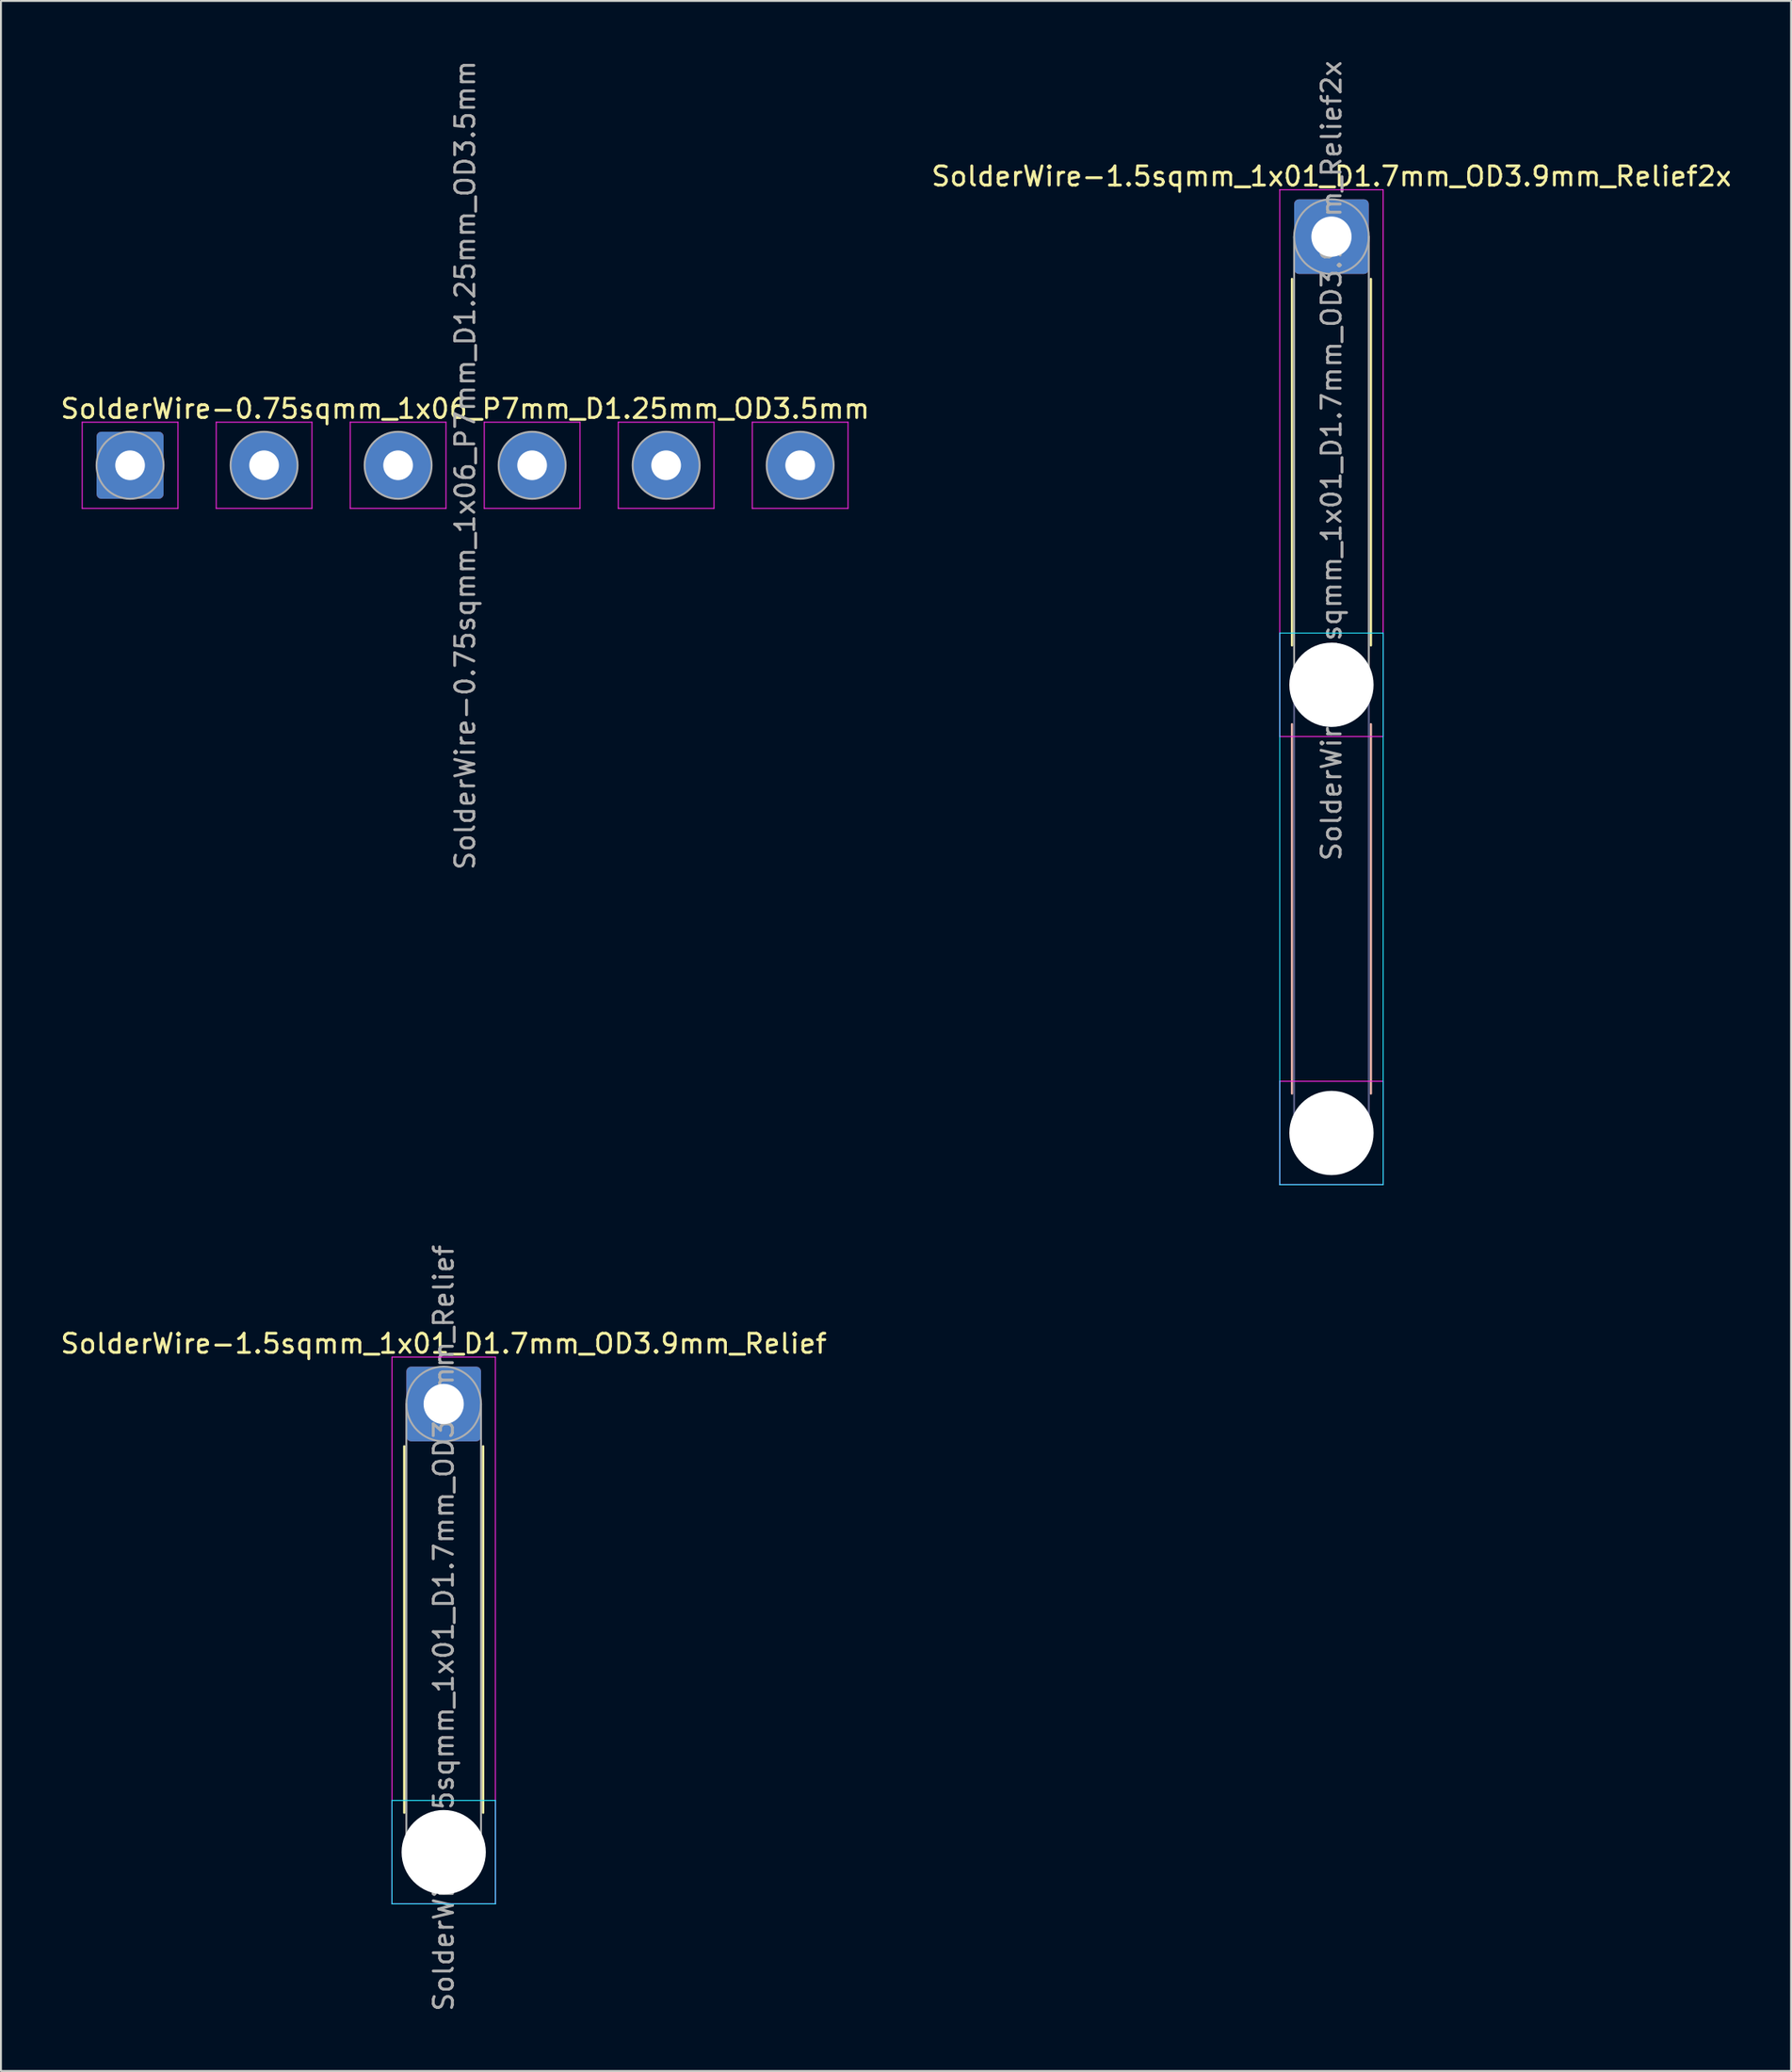
<source format=kicad_pcb>
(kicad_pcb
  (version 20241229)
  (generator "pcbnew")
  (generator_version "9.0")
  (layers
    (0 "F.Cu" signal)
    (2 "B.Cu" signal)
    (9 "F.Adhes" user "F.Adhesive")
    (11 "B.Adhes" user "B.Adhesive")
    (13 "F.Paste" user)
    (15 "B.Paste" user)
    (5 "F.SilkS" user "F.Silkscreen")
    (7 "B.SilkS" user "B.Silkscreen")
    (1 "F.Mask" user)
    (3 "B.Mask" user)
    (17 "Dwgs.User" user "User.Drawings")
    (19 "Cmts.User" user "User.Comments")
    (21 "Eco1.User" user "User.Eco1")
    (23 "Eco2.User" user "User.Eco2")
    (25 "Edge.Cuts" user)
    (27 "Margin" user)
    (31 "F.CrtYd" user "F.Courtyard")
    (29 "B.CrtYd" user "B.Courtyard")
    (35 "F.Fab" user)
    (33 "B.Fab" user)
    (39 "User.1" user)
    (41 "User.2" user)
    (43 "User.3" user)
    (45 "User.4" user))
  (footprint "SolderWire-0.75sqmm_1x06_P7mm_D1.25mm_OD3.5mm"
    (layer "F.Cu")
    (at 3.744 21.244)
    (property "Reference" "SolderWire-0.75sqmm_1x06_P7mm_D1.25mm_OD3.5mm" (at 17.5 -2.95 0) (layer "F.SilkS") (effects (font (size 1 1) (thickness 0.15))))
    (attr exclude_from_pos_files exclude_from_bom)
    (fp_line (start -2.5 -2.25) (end -2.5 2.25) (stroke (width 0.05) (type solid)) (layer "F.CrtYd"))
    (fp_line (start -2.5 2.25) (end 2.5 2.25) (stroke (width 0.05) (type solid)) (layer "F.CrtYd"))
    (fp_line (start 2.5 -2.25) (end -2.5 -2.25) (stroke (width 0.05) (type solid)) (layer "F.CrtYd"))
    (fp_line (start 2.5 2.25) (end 2.5 -2.25) (stroke (width 0.05) (type solid)) (layer "F.CrtYd"))
    (fp_line (start 4.5 -2.25) (end 4.5 2.25) (stroke (width 0.05) (type solid)) (layer "F.CrtYd"))
    (fp_line (start 4.5 2.25) (end 9.5 2.25) (stroke (width 0.05) (type solid)) (layer "F.CrtYd"))
    (fp_line (start 9.5 -2.25) (end 4.5 -2.25) (stroke (width 0.05) (type solid)) (layer "F.CrtYd"))
    (fp_line (start 9.5 2.25) (end 9.5 -2.25) (stroke (width 0.05) (type solid)) (layer "F.CrtYd"))
    (fp_line (start 11.5 -2.25) (end 11.5 2.25) (stroke (width 0.05) (type solid)) (layer "F.CrtYd"))
    (fp_line (start 11.5 2.25) (end 16.5 2.25) (stroke (width 0.05) (type solid)) (layer "F.CrtYd"))
    (fp_line (start 16.5 -2.25) (end 11.5 -2.25) (stroke (width 0.05) (type solid)) (layer "F.CrtYd"))
    (fp_line (start 16.5 2.25) (end 16.5 -2.25) (stroke (width 0.05) (type solid)) (layer "F.CrtYd"))
    (fp_line (start 18.5 -2.25) (end 18.5 2.25) (stroke (width 0.05) (type solid)) (layer "F.CrtYd"))
    (fp_line (start 18.5 2.25) (end 23.5 2.25) (stroke (width 0.05) (type solid)) (layer "F.CrtYd"))
    (fp_line (start 23.5 -2.25) (end 18.5 -2.25) (stroke (width 0.05) (type solid)) (layer "F.CrtYd"))
    (fp_line (start 23.5 2.25) (end 23.5 -2.25) (stroke (width 0.05) (type solid)) (layer "F.CrtYd"))
    (fp_line (start 25.5 -2.25) (end 25.5 2.25) (stroke (width 0.05) (type solid)) (layer "F.CrtYd"))
    (fp_line (start 25.5 2.25) (end 30.5 2.25) (stroke (width 0.05) (type solid)) (layer "F.CrtYd"))
    (fp_line (start 30.5 -2.25) (end 25.5 -2.25) (stroke (width 0.05) (type solid)) (layer "F.CrtYd"))
    (fp_line (start 30.5 2.25) (end 30.5 -2.25) (stroke (width 0.05) (type solid)) (layer "F.CrtYd"))
    (fp_line (start 32.5 -2.25) (end 32.5 2.25) (stroke (width 0.05) (type solid)) (layer "F.CrtYd"))
    (fp_line (start 32.5 2.25) (end 37.5 2.25) (stroke (width 0.05) (type solid)) (layer "F.CrtYd"))
    (fp_line (start 37.5 -2.25) (end 32.5 -2.25) (stroke (width 0.05) (type solid)) (layer "F.CrtYd"))
    (fp_line (start 37.5 2.25) (end 37.5 -2.25) (stroke (width 0.05) (type solid)) (layer "F.CrtYd"))
    (fp_circle (center 0 0) (end 1.75 0) (stroke (width 0.1) (type solid)) (fill no) (layer "F.Fab"))
    (fp_circle (center 7 0) (end 8.75 0) (stroke (width 0.1) (type solid)) (fill no) (layer "F.Fab"))
    (fp_circle (center 14 0) (end 15.75 0) (stroke (width 0.1) (type solid)) (fill no) (layer "F.Fab"))
    (fp_circle (center 21 0) (end 22.75 0) (stroke (width 0.1) (type solid)) (fill no) (layer "F.Fab"))
    (fp_circle (center 28 0) (end 29.75 0) (stroke (width 0.1) (type solid)) (fill no) (layer "F.Fab"))
    (fp_circle (center 35 0) (end 36.75 0) (stroke (width 0.1) (type solid)) (fill no) (layer "F.Fab"))
    (fp_text user "${REFERENCE}" (at 17.5 0 90) (layer "F.Fab") (effects (font (size 1 1) (thickness 0.15))))
    (pad "1" thru_hole roundrect (at 0 0) (size 3.5 3.5) (drill 1.55) (layers "*.Cu" "*.Mask") (roundrect_rratio 0.071))
    (pad "2" thru_hole circle (at 7 0) (size 3.5 3.5) (drill 1.55) (layers "*.Cu" "*.Mask"))
    (pad "3" thru_hole circle (at 14 0) (size 3.5 3.5) (drill 1.55) (layers "*.Cu" "*.Mask"))
    (pad "4" thru_hole circle (at 21 0) (size 3.5 3.5) (drill 1.55) (layers "*.Cu" "*.Mask"))
    (pad "5" thru_hole circle (at 28 0) (size 3.5 3.5) (drill 1.55) (layers "*.Cu" "*.Mask"))
    (pad "6" thru_hole circle (at 35 0) (size 3.5 3.5) (drill 1.55) (layers "*.Cu" "*.Mask")))
  (footprint "SolderWire-1.5sqmm_1x01_D1.7mm_OD3.9mm_Relief"
    (layer "F.Cu")
    (at 20.125 70.256)
    (property "Reference" "SolderWire-1.5sqmm_1x01_D1.7mm_OD3.9mm_Relief" (at 0 -3.15 0) (layer "F.SilkS") (effects (font (size 1 1) (thickness 0.15))))
    (attr exclude_from_pos_files exclude_from_bom)
    (fp_line (start -2.06 2.21) (end -2.06 21.34) (stroke (width 0.12) (type solid)) (layer "F.SilkS"))
    (fp_line (start 2.06 2.21) (end 2.06 21.34) (stroke (width 0.12) (type solid)) (layer "F.SilkS"))
    (fp_line (start -2.7 20.7) (end -2.7 26.1) (stroke (width 0.05) (type solid)) (layer "B.CrtYd"))
    (fp_line (start -2.7 26.1) (end 2.7 26.1) (stroke (width 0.05) (type solid)) (layer "B.CrtYd"))
    (fp_line (start 2.7 20.7) (end -2.7 20.7) (stroke (width 0.05) (type solid)) (layer "B.CrtYd"))
    (fp_line (start 2.7 26.1) (end 2.7 20.7) (stroke (width 0.05) (type solid)) (layer "B.CrtYd"))
    (fp_line (start -2.7 -2.45) (end -2.7 26.1) (stroke (width 0.05) (type solid)) (layer "F.CrtYd"))
    (fp_line (start -2.7 26.1) (end 2.7 26.1) (stroke (width 0.05) (type solid)) (layer "F.CrtYd"))
    (fp_line (start 2.7 -2.45) (end -2.7 -2.45) (stroke (width 0.05) (type solid)) (layer "F.CrtYd"))
    (fp_line (start 2.7 26.1) (end 2.7 -2.45) (stroke (width 0.05) (type solid)) (layer "F.CrtYd"))
    (fp_line (start -1.95 0) (end -1.95 23.4) (stroke (width 0.1) (type solid)) (layer "F.Fab"))
    (fp_line (start 1.95 0) (end 1.95 23.4) (stroke (width 0.1) (type solid)) (layer "F.Fab"))
    (fp_circle (center 0 0) (end 1.95 0) (stroke (width 0.1) (type solid)) (fill no) (layer "F.Fab"))
    (fp_circle (center 0 23.4) (end 1.95 23.4) (stroke (width 0.1) (type solid)) (fill no) (layer "F.Fab"))
    (fp_text user "${REFERENCE}" (at 0 11.7 90) (layer "F.Fab") (effects (font (size 1 1) (thickness 0.15))))
    (pad "" np_thru_hole circle (at 0 23.4) (size 4.4 4.4) (drill 4.4) (layers "*.Cu" "*.Mask"))
    (pad "1" thru_hole roundrect (at 0 0) (size 3.9 3.9) (drill 2.1) (layers "*.Cu" "*.Mask") (roundrect_rratio 0.064)))
  (footprint "SolderWire-1.5sqmm_1x01_D1.7mm_OD3.9mm_Relief2x"
    (layer "F.Cu")
    (at 66.494 9.306)
    (property "Reference" "SolderWire-1.5sqmm_1x01_D1.7mm_OD3.9mm_Relief2x" (at 0 -3.15 0) (layer "F.SilkS") (effects (font (size 1 1) (thickness 0.15))))
    (attr exclude_from_pos_files exclude_from_bom)
    (fp_line (start -2.06 2.21) (end -2.06 21.34) (stroke (width 0.12) (type solid)) (layer "F.SilkS"))
    (fp_line (start 2.06 2.21) (end 2.06 21.34) (stroke (width 0.12) (type solid)) (layer "F.SilkS"))
    (fp_line (start -2.06 25.46) (end -2.06 44.74) (stroke (width 0.12) (type solid)) (layer "B.SilkS"))
    (fp_line (start 2.06 25.46) (end 2.06 44.74) (stroke (width 0.12) (type solid)) (layer "B.SilkS"))
    (fp_line (start -2.7 20.7) (end -2.7 49.5) (stroke (width 0.05) (type solid)) (layer "B.CrtYd"))
    (fp_line (start -2.7 49.5) (end 2.7 49.5) (stroke (width 0.05) (type solid)) (layer "B.CrtYd"))
    (fp_line (start 2.7 20.7) (end -2.7 20.7) (stroke (width 0.05) (type solid)) (layer "B.CrtYd"))
    (fp_line (start 2.7 49.5) (end 2.7 20.7) (stroke (width 0.05) (type solid)) (layer "B.CrtYd"))
    (fp_line (start -2.7 -2.45) (end -2.7 26.1) (stroke (width 0.05) (type solid)) (layer "F.CrtYd"))
    (fp_line (start -2.7 26.1) (end 2.7 26.1) (stroke (width 0.05) (type solid)) (layer "F.CrtYd"))
    (fp_line (start -2.7 44.1) (end -2.7 49.5) (stroke (width 0.05) (type solid)) (layer "F.CrtYd"))
    (fp_line (start -2.7 49.5) (end 2.7 49.5) (stroke (width 0.05) (type solid)) (layer "F.CrtYd"))
    (fp_line (start 2.7 -2.45) (end -2.7 -2.45) (stroke (width 0.05) (type solid)) (layer "F.CrtYd"))
    (fp_line (start 2.7 26.1) (end 2.7 -2.45) (stroke (width 0.05) (type solid)) (layer "F.CrtYd"))
    (fp_line (start 2.7 44.1) (end -2.7 44.1) (stroke (width 0.05) (type solid)) (layer "F.CrtYd"))
    (fp_line (start 2.7 49.5) (end 2.7 44.1) (stroke (width 0.05) (type solid)) (layer "F.CrtYd"))
    (fp_line (start -1.95 23.4) (end -1.95 46.8) (stroke (width 0.1) (type solid)) (layer "B.Fab"))
    (fp_line (start 1.95 23.4) (end 1.95 46.8) (stroke (width 0.1) (type solid)) (layer "B.Fab"))
    (fp_circle (center 0 23.4) (end 1.95 23.4) (stroke (width 0.1) (type solid)) (fill no) (layer "B.Fab"))
    (fp_circle (center 0 46.8) (end 1.95 46.8) (stroke (width 0.1) (type solid)) (fill no) (layer "B.Fab"))
    (fp_line (start -1.95 0) (end -1.95 23.4) (stroke (width 0.1) (type solid)) (layer "F.Fab"))
    (fp_line (start 1.95 0) (end 1.95 23.4) (stroke (width 0.1) (type solid)) (layer "F.Fab"))
    (fp_circle (center 0 0) (end 1.95 0) (stroke (width 0.1) (type solid)) (fill no) (layer "F.Fab"))
    (fp_circle (center 0 23.4) (end 1.95 23.4) (stroke (width 0.1) (type solid)) (fill no) (layer "F.Fab"))
    (fp_circle (center 0 46.8) (end 1.95 46.8) (stroke (width 0.1) (type solid)) (fill no) (layer "F.Fab"))
    (fp_text user "${REFERENCE}" (at 0 11.7 90) (layer "F.Fab") (effects (font (size 1 1) (thickness 0.15))))
    (pad "" np_thru_hole circle (at 0 23.4) (size 4.4 4.4) (drill 4.4) (layers "*.Cu" "*.Mask"))
    (pad "" np_thru_hole circle (at 0 46.8) (size 4.4 4.4) (drill 4.4) (layers "*.Cu" "*.Mask"))
    (pad "1" thru_hole roundrect (at 0 0) (size 3.9 3.9) (drill 2.1) (layers "*.Cu" "*.Mask") (roundrect_rratio 0.064)))
  (gr_rect
    (start -3 -3)
    (end 90.5 105.081)
    (stroke (width 0.1) (type default))
    (fill no)
    (layer "Edge.Cuts")))
</source>
